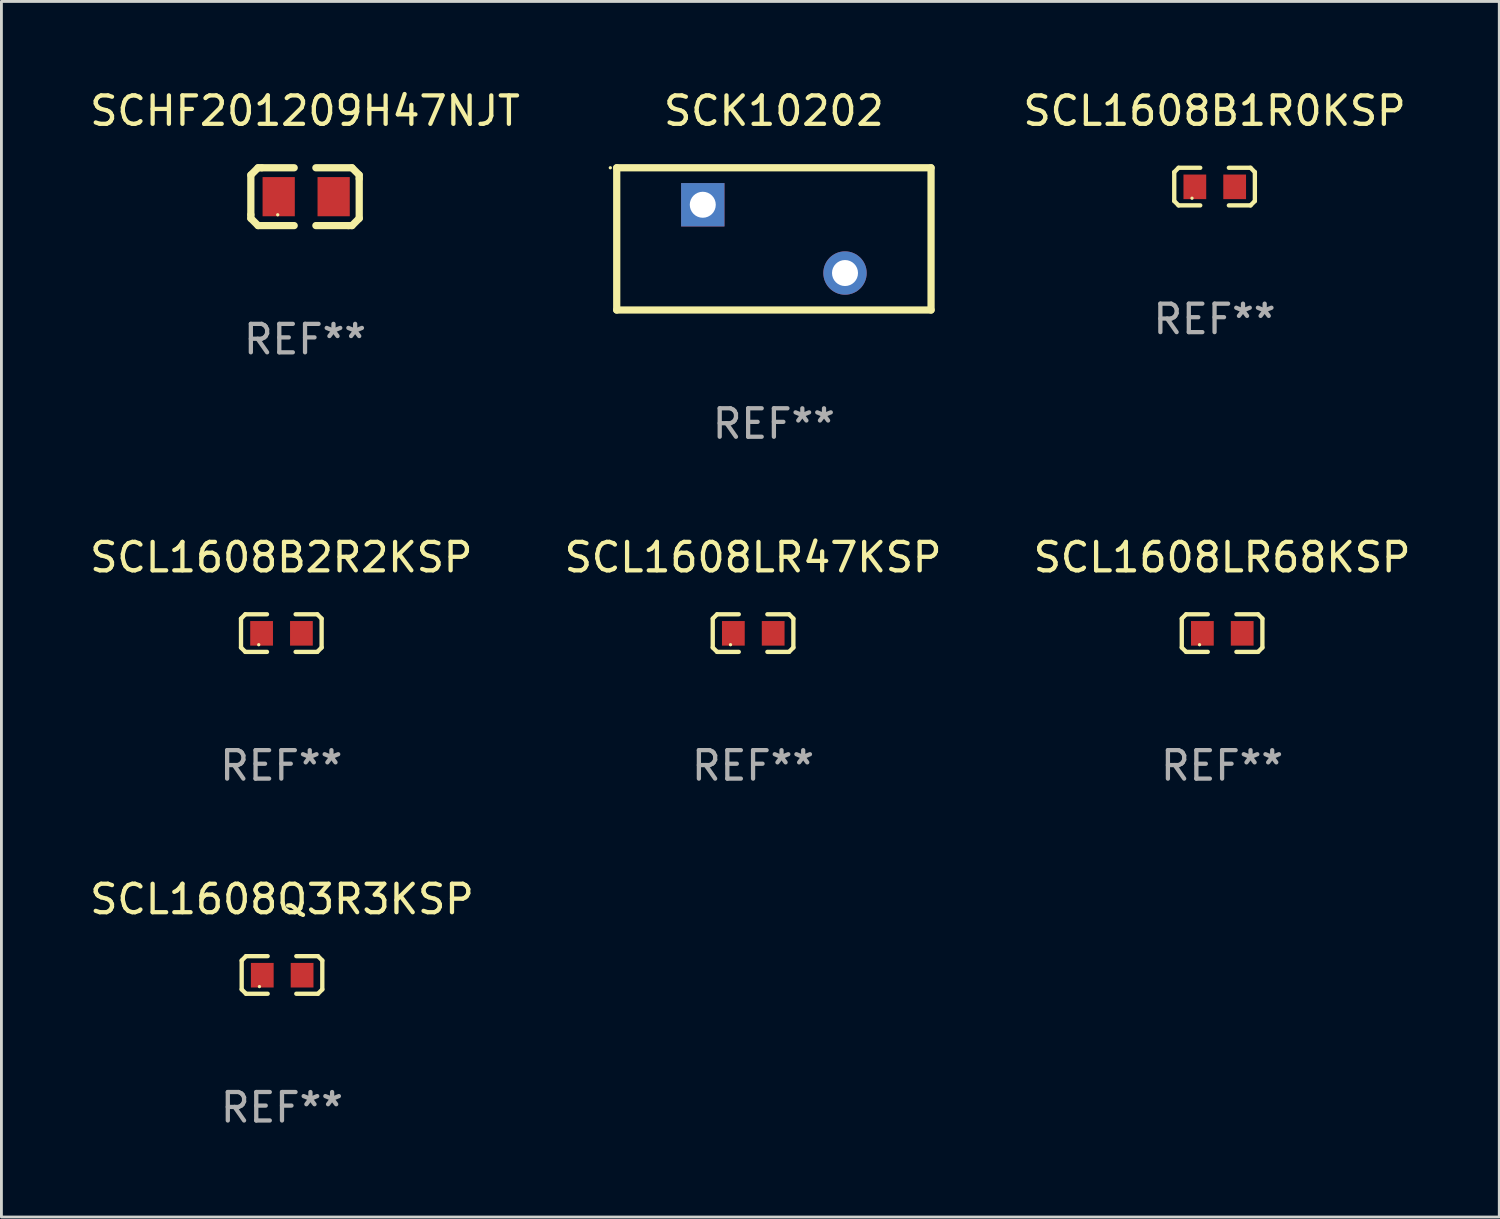
<source format=kicad_pcb>
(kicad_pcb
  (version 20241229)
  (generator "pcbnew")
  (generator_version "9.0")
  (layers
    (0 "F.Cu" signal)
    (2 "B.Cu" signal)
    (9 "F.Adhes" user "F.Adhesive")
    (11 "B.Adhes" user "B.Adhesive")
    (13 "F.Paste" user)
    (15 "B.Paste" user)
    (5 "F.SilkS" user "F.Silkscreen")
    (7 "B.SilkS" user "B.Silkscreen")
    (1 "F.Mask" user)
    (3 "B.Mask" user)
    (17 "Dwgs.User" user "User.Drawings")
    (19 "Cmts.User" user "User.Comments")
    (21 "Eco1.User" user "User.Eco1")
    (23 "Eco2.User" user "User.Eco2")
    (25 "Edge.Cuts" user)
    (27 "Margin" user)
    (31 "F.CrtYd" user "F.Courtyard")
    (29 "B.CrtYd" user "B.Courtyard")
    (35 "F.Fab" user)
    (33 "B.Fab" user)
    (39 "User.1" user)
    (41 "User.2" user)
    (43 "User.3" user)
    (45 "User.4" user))
  (footprint "SCL1608B1R0KSP"
    (layer "F.Cu")
    (at 39.646 3.509)
    (property "Reference" "SCL1608B1R0KSP" (at 0 -2.661 0) (layer "F.SilkS") (effects (font (size 1 1) (thickness 0.15))))
    (attr through_hole)
    (fp_line (start -1.417 -0.508) (end -1.265 -0.661) (stroke (width 0.152) (type solid)) (layer "F.SilkS"))
    (fp_line (start -1.417 0.508) (end -1.417 -0.508) (stroke (width 0.152) (type solid)) (layer "F.SilkS"))
    (fp_line (start -1.265 -0.661) (end -0.503 -0.661) (stroke (width 0.152) (type solid)) (layer "F.SilkS"))
    (fp_line (start -1.265 0.661) (end -1.417 0.508) (stroke (width 0.152) (type solid)) (layer "F.SilkS"))
    (fp_line (start -1.265 0.661) (end -0.503 0.661) (stroke (width 0.152) (type solid)) (layer "F.SilkS"))
    (fp_line (start 1.265 -0.661) (end 0.503 -0.661) (stroke (width 0.152) (type solid)) (layer "F.SilkS"))
    (fp_line (start 1.265 -0.661) (end 1.417 -0.508) (stroke (width 0.152) (type solid)) (layer "F.SilkS"))
    (fp_line (start 1.265 0.661) (end 0.503 0.661) (stroke (width 0.152) (type solid)) (layer "F.SilkS"))
    (fp_line (start 1.417 -0.508) (end 1.417 0.508) (stroke (width 0.152) (type solid)) (layer "F.SilkS"))
    (fp_line (start 1.417 0.508) (end 1.265 0.661) (stroke (width 0.152) (type solid)) (layer "F.SilkS"))
    (fp_circle (center -0.793 0.409) (end -0.763 0.409) (stroke (width 0.06) (type solid)) (fill no) (layer "F.SilkS"))
    (fp_text user "REF**" (at 0 4.661 0) (layer "F.Fab") (effects (font (size 1 1) (thickness 0.15))))
    (pad "1" smd rect (at -0.693 0.009 180) (size 0.8 0.864) (layers "F.Cu" "F.Mask" "F.Paste"))
    (pad "2" smd rect (at 0.707 0.009 180) (size 0.8 0.864) (layers "F.Cu" "F.Mask" "F.Paste")))
  (footprint "SCK10202"
    (layer "F.Cu")
    (at 24.155 5.348)
    (property "Reference" "SCK10202" (at 0 -4.5 0) (layer "F.SilkS") (effects (font (size 1 1) (thickness 0.15))))
    (attr through_hole)
    (fp_line (start -5.525 -2.5) (end 5.525 -2.5) (stroke (width 0.254) (type solid)) (layer "F.SilkS"))
    (fp_line (start -5.525 2.5) (end -5.525 -2.5) (stroke (width 0.254) (type solid)) (layer "F.SilkS"))
    (fp_line (start 5.525 2.5) (end -5.525 2.5) (stroke (width 0.254) (type solid)) (layer "F.SilkS"))
    (fp_line (start 5.525 2.5) (end 5.525 -2.5) (stroke (width 0.254) (type solid)) (layer "F.SilkS"))
    (fp_circle (center -5.75 -2.5) (end -5.72 -2.5) (stroke (width 0.06) (type solid)) (fill no) (layer "F.SilkS"))
    (fp_text user "REF**" (at 0 6.5 0) (layer "F.Fab") (effects (font (size 1 1) (thickness 0.15))))
    (pad "1" thru_hole rect (at -2.5 -1.2) (size 1.524 1.524) (drill 0.914) (layers "*.Cu" "*.Mask"))
    (pad "2" thru_hole circle (at 2.5 1.2) (size 1.524 1.524) (drill 0.914) (layers "*.Cu" "*.Mask")))
  (footprint "SCL1608B2R2KSP"
    (layer "F.Cu")
    (at 6.839 19.205)
    (property "Reference" "SCL1608B2R2KSP" (at 0 -2.661 0) (layer "F.SilkS") (effects (font (size 1 1) (thickness 0.15))))
    (attr through_hole)
    (fp_line (start -1.417 -0.508) (end -1.265 -0.661) (stroke (width 0.152) (type solid)) (layer "F.SilkS"))
    (fp_line (start -1.417 0.508) (end -1.417 -0.508) (stroke (width 0.152) (type solid)) (layer "F.SilkS"))
    (fp_line (start -1.265 -0.661) (end -0.503 -0.661) (stroke (width 0.152) (type solid)) (layer "F.SilkS"))
    (fp_line (start -1.265 0.661) (end -1.417 0.508) (stroke (width 0.152) (type solid)) (layer "F.SilkS"))
    (fp_line (start -1.265 0.661) (end -0.503 0.661) (stroke (width 0.152) (type solid)) (layer "F.SilkS"))
    (fp_line (start 1.265 -0.661) (end 0.503 -0.661) (stroke (width 0.152) (type solid)) (layer "F.SilkS"))
    (fp_line (start 1.265 -0.661) (end 1.417 -0.508) (stroke (width 0.152) (type solid)) (layer "F.SilkS"))
    (fp_line (start 1.265 0.661) (end 0.503 0.661) (stroke (width 0.152) (type solid)) (layer "F.SilkS"))
    (fp_line (start 1.417 -0.508) (end 1.417 0.508) (stroke (width 0.152) (type solid)) (layer "F.SilkS"))
    (fp_line (start 1.417 0.508) (end 1.265 0.661) (stroke (width 0.152) (type solid)) (layer "F.SilkS"))
    (fp_circle (center -0.793 0.409) (end -0.763 0.409) (stroke (width 0.06) (type solid)) (fill no) (layer "F.SilkS"))
    (fp_text user "REF**" (at 0 4.661 0) (layer "F.Fab") (effects (font (size 1 1) (thickness 0.15))))
    (pad "1" smd rect (at -0.693 0.009 180) (size 0.8 0.864) (layers "F.Cu" "F.Mask" "F.Paste"))
    (pad "2" smd rect (at 0.707 0.009 180) (size 0.8 0.864) (layers "F.Cu" "F.Mask" "F.Paste")))
  (footprint "SCL1608LR68KSP"
    (layer "F.Cu")
    (at 39.911 19.205)
    (property "Reference" "SCL1608LR68KSP" (at 0 -2.661 0) (layer "F.SilkS") (effects (font (size 1 1) (thickness 0.15))))
    (attr through_hole)
    (fp_line (start -1.417 -0.508) (end -1.265 -0.661) (stroke (width 0.152) (type solid)) (layer "F.SilkS"))
    (fp_line (start -1.417 0.508) (end -1.417 -0.508) (stroke (width 0.152) (type solid)) (layer "F.SilkS"))
    (fp_line (start -1.265 -0.661) (end -0.503 -0.661) (stroke (width 0.152) (type solid)) (layer "F.SilkS"))
    (fp_line (start -1.265 0.661) (end -1.417 0.508) (stroke (width 0.152) (type solid)) (layer "F.SilkS"))
    (fp_line (start -1.265 0.661) (end -0.503 0.661) (stroke (width 0.152) (type solid)) (layer "F.SilkS"))
    (fp_line (start 1.265 -0.661) (end 0.503 -0.661) (stroke (width 0.152) (type solid)) (layer "F.SilkS"))
    (fp_line (start 1.265 -0.661) (end 1.417 -0.508) (stroke (width 0.152) (type solid)) (layer "F.SilkS"))
    (fp_line (start 1.265 0.661) (end 0.503 0.661) (stroke (width 0.152) (type solid)) (layer "F.SilkS"))
    (fp_line (start 1.417 -0.508) (end 1.417 0.508) (stroke (width 0.152) (type solid)) (layer "F.SilkS"))
    (fp_line (start 1.417 0.508) (end 1.265 0.661) (stroke (width 0.152) (type solid)) (layer "F.SilkS"))
    (fp_circle (center -0.793 0.409) (end -0.763 0.409) (stroke (width 0.06) (type solid)) (fill no) (layer "F.SilkS"))
    (fp_text user "REF**" (at 0 4.661 0) (layer "F.Fab") (effects (font (size 1 1) (thickness 0.15))))
    (pad "1" smd rect (at -0.693 0.009 180) (size 0.8 0.864) (layers "F.Cu" "F.Mask" "F.Paste"))
    (pad "2" smd rect (at 0.707 0.009 180) (size 0.8 0.864) (layers "F.Cu" "F.Mask" "F.Paste")))
  (footprint "SCL1608LR47KSP"
    (layer "F.Cu")
    (at 23.423 19.205)
    (property "Reference" "SCL1608LR47KSP" (at 0 -2.661 0) (layer "F.SilkS") (effects (font (size 1 1) (thickness 0.15))))
    (attr through_hole)
    (fp_line (start -1.417 -0.508) (end -1.265 -0.661) (stroke (width 0.152) (type solid)) (layer "F.SilkS"))
    (fp_line (start -1.417 0.508) (end -1.417 -0.508) (stroke (width 0.152) (type solid)) (layer "F.SilkS"))
    (fp_line (start -1.265 -0.661) (end -0.503 -0.661) (stroke (width 0.152) (type solid)) (layer "F.SilkS"))
    (fp_line (start -1.265 0.661) (end -1.417 0.508) (stroke (width 0.152) (type solid)) (layer "F.SilkS"))
    (fp_line (start -1.265 0.661) (end -0.503 0.661) (stroke (width 0.152) (type solid)) (layer "F.SilkS"))
    (fp_line (start 1.265 -0.661) (end 0.503 -0.661) (stroke (width 0.152) (type solid)) (layer "F.SilkS"))
    (fp_line (start 1.265 -0.661) (end 1.417 -0.508) (stroke (width 0.152) (type solid)) (layer "F.SilkS"))
    (fp_line (start 1.265 0.661) (end 0.503 0.661) (stroke (width 0.152) (type solid)) (layer "F.SilkS"))
    (fp_line (start 1.417 -0.508) (end 1.417 0.508) (stroke (width 0.152) (type solid)) (layer "F.SilkS"))
    (fp_line (start 1.417 0.508) (end 1.265 0.661) (stroke (width 0.152) (type solid)) (layer "F.SilkS"))
    (fp_circle (center -0.793 0.409) (end -0.763 0.409) (stroke (width 0.06) (type solid)) (fill no) (layer "F.SilkS"))
    (fp_text user "REF**" (at 0 4.661 0) (layer "F.Fab") (effects (font (size 1 1) (thickness 0.15))))
    (pad "1" smd rect (at -0.693 0.009 180) (size 0.8 0.864) (layers "F.Cu" "F.Mask" "F.Paste"))
    (pad "2" smd rect (at 0.707 0.009 180) (size 0.8 0.864) (layers "F.Cu" "F.Mask" "F.Paste")))
  (footprint "SCL1608Q3R3KSP"
    (layer "F.Cu")
    (at 6.863 31.223)
    (property "Reference" "SCL1608Q3R3KSP" (at 0 -2.661 0) (layer "F.SilkS") (effects (font (size 1 1) (thickness 0.15))))
    (attr through_hole)
    (fp_line (start -1.417 -0.508) (end -1.265 -0.661) (stroke (width 0.152) (type solid)) (layer "F.SilkS"))
    (fp_line (start -1.417 0.508) (end -1.417 -0.508) (stroke (width 0.152) (type solid)) (layer "F.SilkS"))
    (fp_line (start -1.265 -0.661) (end -0.503 -0.661) (stroke (width 0.152) (type solid)) (layer "F.SilkS"))
    (fp_line (start -1.265 0.661) (end -1.417 0.508) (stroke (width 0.152) (type solid)) (layer "F.SilkS"))
    (fp_line (start -1.265 0.661) (end -0.503 0.661) (stroke (width 0.152) (type solid)) (layer "F.SilkS"))
    (fp_line (start 1.265 -0.661) (end 0.503 -0.661) (stroke (width 0.152) (type solid)) (layer "F.SilkS"))
    (fp_line (start 1.265 -0.661) (end 1.417 -0.508) (stroke (width 0.152) (type solid)) (layer "F.SilkS"))
    (fp_line (start 1.265 0.661) (end 0.503 0.661) (stroke (width 0.152) (type solid)) (layer "F.SilkS"))
    (fp_line (start 1.417 -0.508) (end 1.417 0.508) (stroke (width 0.152) (type solid)) (layer "F.SilkS"))
    (fp_line (start 1.417 0.508) (end 1.265 0.661) (stroke (width 0.152) (type solid)) (layer "F.SilkS"))
    (fp_circle (center -0.793 0.409) (end -0.763 0.409) (stroke (width 0.06) (type solid)) (fill no) (layer "F.SilkS"))
    (fp_text user "REF**" (at 0 4.661 0) (layer "F.Fab") (effects (font (size 1 1) (thickness 0.15))))
    (pad "1" smd rect (at -0.693 0.009 180) (size 0.8 0.864) (layers "F.Cu" "F.Mask" "F.Paste"))
    (pad "2" smd rect (at 0.707 0.009 180) (size 0.8 0.864) (layers "F.Cu" "F.Mask" "F.Paste")))
  (footprint "SCHF201209H47NJT"
    (layer "F.Cu")
    (at 7.673 3.864)
    (property "Reference" "SCHF201209H47NJT" (at 0 -3.016 0) (layer "F.SilkS") (effects (font (size 1 1) (thickness 0.15))))
    (attr through_hole)
    (fp_line (start -1.905 -0.762) (end -1.905 0.635) (stroke (width 0.254) (type solid)) (layer "F.SilkS"))
    (fp_line (start -1.905 0.635) (end -1.905 0.762) (stroke (width 0.254) (type solid)) (layer "F.SilkS"))
    (fp_line (start -1.905 0.762) (end -1.651 1.016) (stroke (width 0.254) (type solid)) (layer "F.SilkS"))
    (fp_line (start -1.651 -1.016) (end -1.905 -0.762) (stroke (width 0.254) (type solid)) (layer "F.SilkS"))
    (fp_line (start -1.651 1.016) (end -0.381 1.016) (stroke (width 0.254) (type solid)) (layer "F.SilkS"))
    (fp_line (start -1.524 -1.016) (end -1.651 -1.016) (stroke (width 0.254) (type solid)) (layer "F.SilkS"))
    (fp_line (start -0.381 -1.016) (end -1.524 -1.016) (stroke (width 0.254) (type solid)) (layer "F.SilkS"))
    (fp_line (start 0.381 1.016) (end 1.524 1.016) (stroke (width 0.254) (type solid)) (layer "F.SilkS"))
    (fp_line (start 1.524 1.016) (end 1.651 1.016) (stroke (width 0.254) (type solid)) (layer "F.SilkS"))
    (fp_line (start 1.651 -1.016) (end 0.381 -1.016) (stroke (width 0.254) (type solid)) (layer "F.SilkS"))
    (fp_line (start 1.651 1.016) (end 1.905 0.762) (stroke (width 0.254) (type solid)) (layer "F.SilkS"))
    (fp_line (start 1.905 -0.762) (end 1.651 -1.016) (stroke (width 0.254) (type solid)) (layer "F.SilkS"))
    (fp_line (start 1.905 -0.635) (end 1.905 -0.762) (stroke (width 0.254) (type solid)) (layer "F.SilkS"))
    (fp_line (start 1.905 0.762) (end 1.905 -0.635) (stroke (width 0.254) (type solid)) (layer "F.SilkS"))
    (fp_circle (center -0.96 0.637) (end -0.93 0.637) (stroke (width 0.06) (type solid)) (fill no) (layer "F.SilkS"))
    (fp_text user "REF**" (at 0 5.016 0) (layer "F.Fab") (effects (font (size 1 1) (thickness 0.15))))
    (pad "1" smd rect (at -0.926 -0.000051) (size 1.133 1.377) (layers "F.Cu" "F.Mask" "F.Paste"))
    (pad "2" smd rect (at 1.006 -0.000051) (size 1.133 1.377) (layers "F.Cu" "F.Mask" "F.Paste")))
  (gr_rect
    (start -3 -3)
    (end 49.655 39.732)
    (stroke (width 0.1) (type default))
    (fill no)
    (layer "Edge.Cuts")))
</source>
